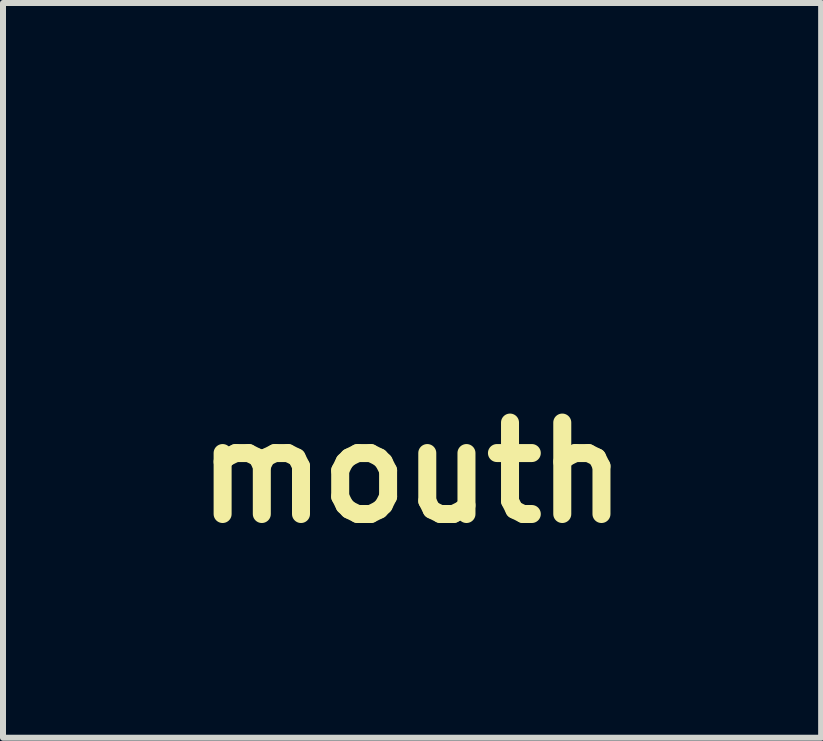
<source format=kicad_pcb>
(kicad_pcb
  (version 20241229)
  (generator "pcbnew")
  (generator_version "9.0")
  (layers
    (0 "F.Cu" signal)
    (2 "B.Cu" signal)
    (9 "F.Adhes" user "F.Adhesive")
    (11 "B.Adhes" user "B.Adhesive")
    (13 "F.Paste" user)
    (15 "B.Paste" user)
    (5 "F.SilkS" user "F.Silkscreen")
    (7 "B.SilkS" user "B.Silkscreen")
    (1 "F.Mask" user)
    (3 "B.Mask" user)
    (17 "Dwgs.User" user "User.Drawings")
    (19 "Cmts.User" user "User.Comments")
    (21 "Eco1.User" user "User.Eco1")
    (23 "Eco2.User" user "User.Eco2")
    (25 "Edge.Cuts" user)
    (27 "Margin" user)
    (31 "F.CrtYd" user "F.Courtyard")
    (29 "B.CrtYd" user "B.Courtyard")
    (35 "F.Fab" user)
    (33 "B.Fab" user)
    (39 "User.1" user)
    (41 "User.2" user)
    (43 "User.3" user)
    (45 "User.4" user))
  (footprint "mouth"
    (layer "F.Cu")
    (at 3.817 4.827)
    (property "Reference" "mouth" (at 0 0 0) (layer "F.SilkS") (effects (font (size 1.524 1.524) (thickness 0.3))))
    (attr through_hole)
    (fp_poly (pts (xy -1.254 -4.822) (xy -1.043 -4.795) (xy -0.835 -4.742) (xy -0.633 -4.662) (xy -0.593 -4.643) (xy -0.459 -4.57) (xy -0.338 -4.493) (xy -0.224 -4.407) (xy -0.111 -4.306) (xy 0.009 -4.186) (xy 0.012 -4.183) (xy 0.18 -3.985) (xy 0.328 -3.77) (xy 0.456 -3.539) (xy 0.563 -3.294) (xy 0.65 -3.039) (xy 0.716 -2.774) (xy 0.761 -2.502) (xy 0.784 -2.227) (xy 0.785 -1.949) (xy 0.765 -1.671) (xy 0.722 -1.395) (xy 0.657 -1.125) (xy 0.569 -0.861) (xy 0.458 -0.607) (xy 0.436 -0.562) (xy 0.309 -0.342) (xy 0.167 -0.139) (xy 0.011 0.044) (xy -0.159 0.207) (xy -0.339 0.348) (xy -0.529 0.466) (xy -0.727 0.559) (xy -0.931 0.626) (xy -1.058 0.654) (xy -1.205 0.674) (xy -1.352 0.681) (xy -1.506 0.675) (xy -1.712 0.647) (xy -1.915 0.591) (xy -2.112 0.51) (xy -2.304 0.404) (xy -2.487 0.275) (xy -2.661 0.123) (xy -2.823 -0.05) (xy -2.972 -0.242) (xy -3.102 -0.446) (xy -3.226 -0.689) (xy -3.329 -0.948) (xy -3.41 -1.218) (xy -3.467 -1.498) (xy -3.503 -1.785) (xy -3.514 -2.074) (xy -3.503 -2.364) (xy -3.467 -2.651) (xy -3.408 -2.933) (xy -3.385 -3.016) (xy -3.296 -3.282) (xy -3.187 -3.532) (xy -3.06 -3.765) (xy -2.914 -3.98) (xy -2.751 -4.175) (xy -2.573 -4.349) (xy -2.379 -4.5) (xy -2.285 -4.561) (xy -2.09 -4.666) (xy -1.887 -4.744) (xy -1.679 -4.796) (xy -1.467 -4.822) (xy -1.254 -4.822)) (stroke (width 0.01) (type solid)) (fill yes) (layer "F.Mask")))
  (gr_rect
    (start -3 -3)
    (end 10.635 9.245)
    (stroke (width 0.1) (type default))
    (fill no)
    (layer "Edge.Cuts")))
</source>
